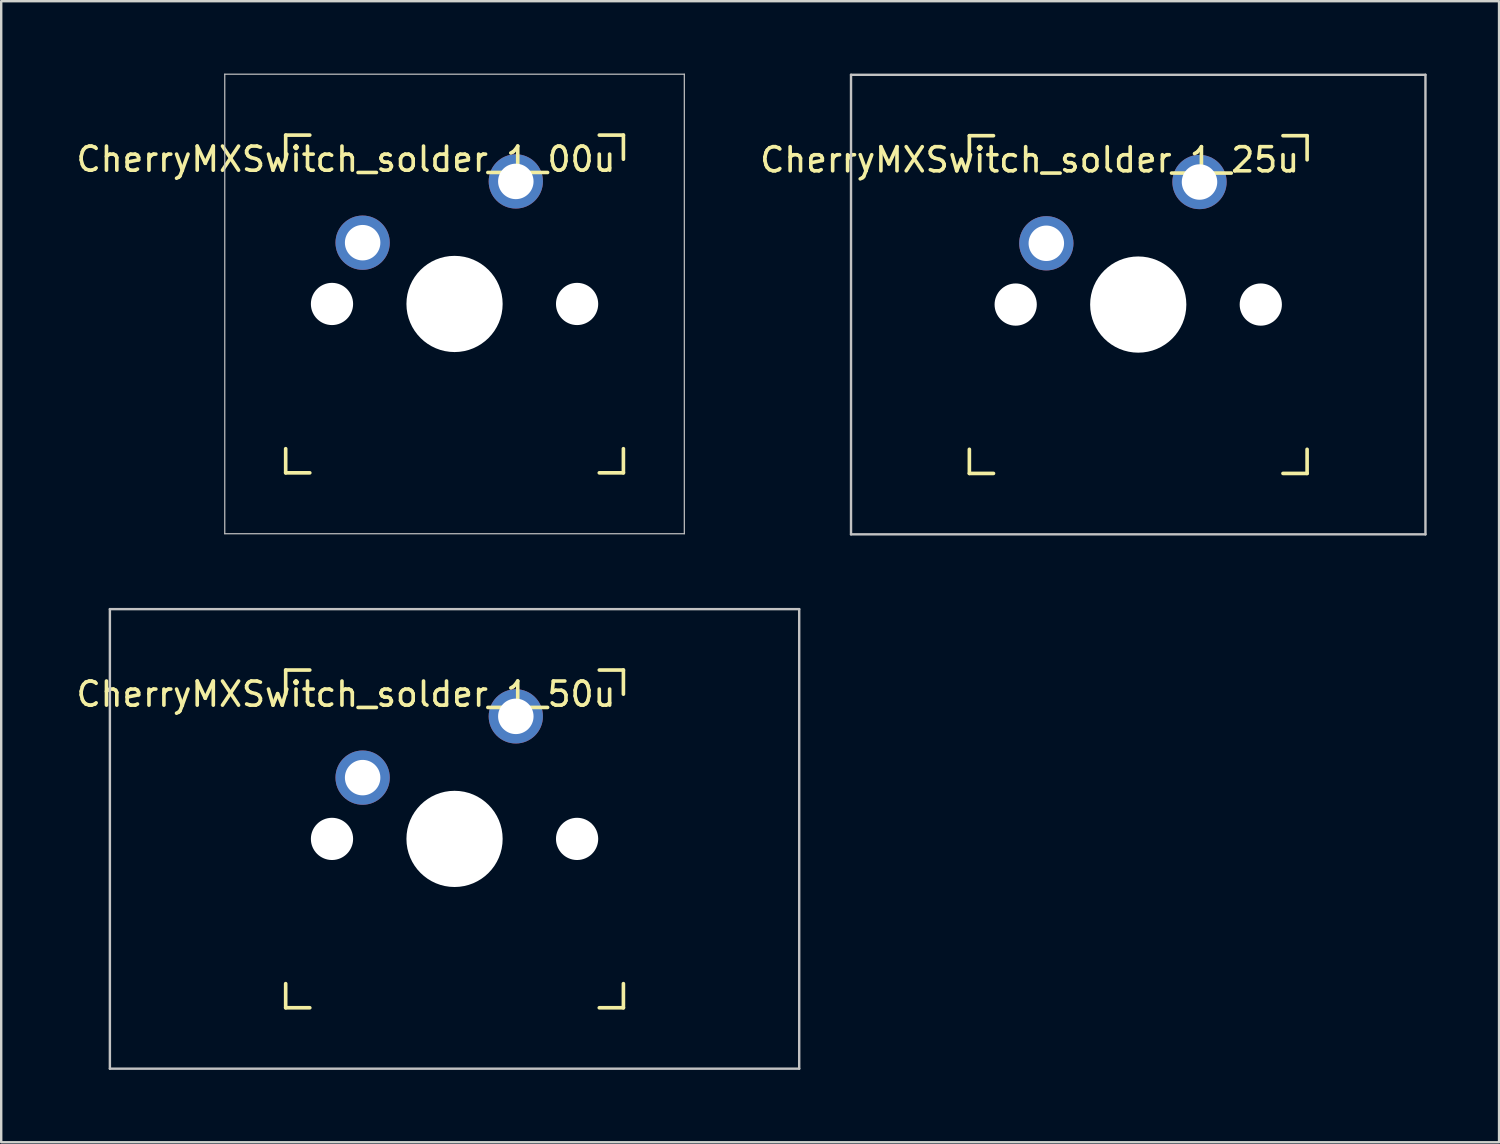
<source format=kicad_pcb>
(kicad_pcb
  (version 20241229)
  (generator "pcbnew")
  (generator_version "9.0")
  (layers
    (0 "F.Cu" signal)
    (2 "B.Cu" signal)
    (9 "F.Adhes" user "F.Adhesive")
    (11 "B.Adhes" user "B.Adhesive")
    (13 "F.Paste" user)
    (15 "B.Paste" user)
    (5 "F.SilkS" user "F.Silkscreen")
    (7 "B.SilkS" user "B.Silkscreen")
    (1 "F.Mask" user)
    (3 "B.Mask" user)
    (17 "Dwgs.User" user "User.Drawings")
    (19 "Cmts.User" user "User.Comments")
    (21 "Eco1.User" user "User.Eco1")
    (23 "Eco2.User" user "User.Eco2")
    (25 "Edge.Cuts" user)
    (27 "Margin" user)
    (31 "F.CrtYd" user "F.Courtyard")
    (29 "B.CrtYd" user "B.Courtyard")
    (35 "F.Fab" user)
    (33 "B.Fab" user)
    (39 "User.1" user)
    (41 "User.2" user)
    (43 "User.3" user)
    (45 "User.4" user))
  (footprint "CherryMXSwitch_solder_1_50u"
    (layer "F.Cu")
    (at 15.792 31.725)
    (property "Reference" "CherryMXSwitch_solder_1_50u" (at -4.5 -6 0) (unlocked yes) (layer "F.SilkS") (effects (font (size 1 1) (thickness 0.15))))
    (attr smd)
    (fp_line (start -7 -7) (end -6 -7) (stroke (width 0.15) (type solid)) (layer "F.SilkS"))
    (fp_line (start -7 -6) (end -7 -7) (stroke (width 0.15) (type solid)) (layer "F.SilkS"))
    (fp_line (start -7 6) (end -7 7) (stroke (width 0.15) (type solid)) (layer "F.SilkS"))
    (fp_line (start -7 7) (end -6 7) (stroke (width 0.15) (type solid)) (layer "F.SilkS"))
    (fp_line (start 6 7) (end 7 7) (stroke (width 0.15) (type solid)) (layer "F.SilkS"))
    (fp_line (start 7 -7) (end 6 -7) (stroke (width 0.15) (type solid)) (layer "F.SilkS"))
    (fp_line (start 7 -7) (end 7 -6) (stroke (width 0.15) (type solid)) (layer "F.SilkS"))
    (fp_line (start 7 7) (end 7 6) (stroke (width 0.15) (type solid)) (layer "F.SilkS"))
    (fp_line (start -14.287 -9.525) (end -14.287 9.525) (stroke (width 0.1) (type solid)) (layer "Dwgs.User"))
    (fp_line (start -14.287 9.525) (end 14.287 9.525) (stroke (width 0.1) (type solid)) (layer "Dwgs.User"))
    (fp_line (start 14.287 -9.525) (end -14.287 -9.525) (stroke (width 0.1) (type solid)) (layer "Dwgs.User"))
    (fp_line (start 14.287 9.525) (end 14.287 -9.525) (stroke (width 0.1) (type solid)) (layer "Dwgs.User"))
    (fp_line (start -7 -7) (end 7 -7) (stroke (width 0.1) (type solid)) (layer "Eco1.User"))
    (fp_line (start -7 7) (end -7 -7) (stroke (width 0.1) (type solid)) (layer "Eco1.User"))
    (fp_line (start 7 -7) (end 7 7) (stroke (width 0.1) (type solid)) (layer "Eco1.User"))
    (fp_line (start 7 7) (end -7 7) (stroke (width 0.1) (type solid)) (layer "Eco1.User"))
    (fp_rect (start 1.75 3.25) (end -1.75 6.35) (stroke (width 0.1) (type solid)) (fill no) (layer "Eco1.User"))
    (fp_line (start 0 0) (end 0 4.8) (stroke (width 0.05) (type solid)) (layer "Eco2.User"))
    (fp_line (start 0 0) (end 8.262 0) (stroke (width 0.05) (type solid)) (layer "Eco2.User"))
    (pad "" np_thru_hole circle (at -5.08 0 48.1) (size 1.75 1.75) (drill 1.75) (layers "*.Cu" "*.Mask"))
    (pad "" np_thru_hole circle (at 0 0) (size 3.988 3.988) (drill 3.988) (layers "*.Cu" "*.Mask"))
    (pad "" np_thru_hole circle (at 5.08 0 48.1) (size 1.75 1.75) (drill 1.75) (layers "*.Cu" "*.Mask"))
    (pad "1" thru_hole circle (at -3.81 -2.54) (size 2.25 2.25) (drill 1.47) (layers "*.Cu" "*.Mask"))
    (pad "2" thru_hole circle (at 2.54 -5.08) (size 2.25 2.25) (drill 1.47) (layers "*.Cu" "*.Mask")))
  (footprint "CherryMXSwitch_solder_1_00u"
    (layer "F.Cu")
    (at 15.792 9.55)
    (property "Reference" "CherryMXSwitch_solder_1_00u" (at -4.5 -6 0) (layer "F.SilkS") (effects (font (size 1 1) (thickness 0.15))))
    (attr through_hole)
    (fp_line (start -7 -7) (end -6 -7) (stroke (width 0.15) (type solid)) (layer "F.SilkS"))
    (fp_line (start -7 -6) (end -7 -7) (stroke (width 0.15) (type solid)) (layer "F.SilkS"))
    (fp_line (start -7 6) (end -7 7) (stroke (width 0.15) (type solid)) (layer "F.SilkS"))
    (fp_line (start -7 7) (end -6 7) (stroke (width 0.15) (type solid)) (layer "F.SilkS"))
    (fp_line (start 6 7) (end 7 7) (stroke (width 0.15) (type solid)) (layer "F.SilkS"))
    (fp_line (start 7 -7) (end 6 -7) (stroke (width 0.15) (type solid)) (layer "F.SilkS"))
    (fp_line (start 7 -7) (end 7 -6) (stroke (width 0.15) (type solid)) (layer "F.SilkS"))
    (fp_line (start 7 7) (end 7 6) (stroke (width 0.15) (type solid)) (layer "F.SilkS"))
    (fp_line (start -9.525 -9.525) (end 9.525 -9.525) (stroke (width 0.05) (type solid)) (layer "Dwgs.User"))
    (fp_line (start -9.525 9.525) (end -9.525 -9.525) (stroke (width 0.05) (type solid)) (layer "Dwgs.User"))
    (fp_line (start 9.525 -9.525) (end 9.525 9.525) (stroke (width 0.05) (type solid)) (layer "Dwgs.User"))
    (fp_line (start 9.525 9.525) (end -9.525 9.525) (stroke (width 0.05) (type solid)) (layer "Dwgs.User"))
    (fp_line (start -7 -7) (end 7 -7) (stroke (width 0.1) (type solid)) (layer "Eco1.User"))
    (fp_line (start -7 7) (end -7 -7) (stroke (width 0.1) (type solid)) (layer "Eco1.User"))
    (fp_line (start 7 -7) (end 7 7) (stroke (width 0.1) (type solid)) (layer "Eco1.User"))
    (fp_line (start 7 7) (end -7 7) (stroke (width 0.1) (type solid)) (layer "Eco1.User"))
    (fp_rect (start 1.75 3.25) (end -1.75 6.35) (stroke (width 0.1) (type solid)) (fill no) (layer "Eco1.User"))
    (fp_line (start 0 0) (end 0 4.8) (stroke (width 0.05) (type solid)) (layer "Eco2.User"))
    (fp_line (start 0 0) (end 8.262 0) (stroke (width 0.05) (type solid)) (layer "Eco2.User"))
    (pad "" np_thru_hole circle (at -5.08 0 48.1) (size 1.75 1.75) (drill 1.75) (layers "*.Cu" "*.Mask"))
    (pad "" np_thru_hole circle (at 0 0) (size 3.988 3.988) (drill 3.988) (layers "*.Cu" "*.Mask"))
    (pad "" np_thru_hole circle (at 5.08 0 48.1) (size 1.75 1.75) (drill 1.75) (layers "*.Cu" "*.Mask"))
    (pad "1" thru_hole circle (at -3.81 -2.54) (size 2.25 2.25) (drill 1.47) (layers "*.Cu" "*.Mask"))
    (pad "2" thru_hole circle (at 2.54 -5.08) (size 2.25 2.25) (drill 1.47) (layers "*.Cu" "*.Mask")))
  (footprint "CherryMXSwitch_solder_1_25u"
    (layer "F.Cu")
    (at 44.133 9.575)
    (property "Reference" "CherryMXSwitch_solder_1_25u" (at -4.5 -6 0) (unlocked yes) (layer "F.SilkS") (effects (font (size 1 1) (thickness 0.15))))
    (attr smd)
    (fp_line (start -7 -7) (end -6 -7) (stroke (width 0.15) (type solid)) (layer "F.SilkS"))
    (fp_line (start -7 -6) (end -7 -7) (stroke (width 0.15) (type solid)) (layer "F.SilkS"))
    (fp_line (start -7 6) (end -7 7) (stroke (width 0.15) (type solid)) (layer "F.SilkS"))
    (fp_line (start -7 7) (end -6 7) (stroke (width 0.15) (type solid)) (layer "F.SilkS"))
    (fp_line (start 6 7) (end 7 7) (stroke (width 0.15) (type solid)) (layer "F.SilkS"))
    (fp_line (start 7 -7) (end 6 -7) (stroke (width 0.15) (type solid)) (layer "F.SilkS"))
    (fp_line (start 7 -7) (end 7 -6) (stroke (width 0.15) (type solid)) (layer "F.SilkS"))
    (fp_line (start 7 7) (end 7 6) (stroke (width 0.15) (type solid)) (layer "F.SilkS"))
    (fp_line (start -11.906 -9.525) (end -11.906 9.525) (stroke (width 0.1) (type solid)) (layer "Dwgs.User"))
    (fp_line (start -11.906 9.525) (end 11.906 9.525) (stroke (width 0.1) (type solid)) (layer "Dwgs.User"))
    (fp_line (start 11.906 -9.525) (end -11.906 -9.525) (stroke (width 0.1) (type solid)) (layer "Dwgs.User"))
    (fp_line (start 11.906 9.525) (end 11.906 -9.525) (stroke (width 0.1) (type solid)) (layer "Dwgs.User"))
    (fp_line (start -7 -7) (end 7 -7) (stroke (width 0.1) (type solid)) (layer "Eco1.User"))
    (fp_line (start -7 7) (end -7 -7) (stroke (width 0.1) (type solid)) (layer "Eco1.User"))
    (fp_line (start 7 -7) (end 7 7) (stroke (width 0.1) (type solid)) (layer "Eco1.User"))
    (fp_line (start 7 7) (end -7 7) (stroke (width 0.1) (type solid)) (layer "Eco1.User"))
    (fp_rect (start 1.75 3.25) (end -1.75 6.35) (stroke (width 0.1) (type solid)) (fill no) (layer "Eco1.User"))
    (fp_line (start 0 0) (end 0 4.8) (stroke (width 0.05) (type solid)) (layer "Eco2.User"))
    (fp_line (start 0 0) (end 8.262 0) (stroke (width 0.05) (type solid)) (layer "Eco2.User"))
    (pad "" np_thru_hole circle (at -5.08 0 48.1) (size 1.75 1.75) (drill 1.75) (layers "*.Cu" "*.Mask"))
    (pad "" np_thru_hole circle (at 0 0) (size 3.988 3.988) (drill 3.988) (layers "*.Cu" "*.Mask"))
    (pad "" np_thru_hole circle (at 5.08 0 48.1) (size 1.75 1.75) (drill 1.75) (layers "*.Cu" "*.Mask"))
    (pad "1" thru_hole circle (at -3.81 -2.54) (size 2.25 2.25) (drill 1.47) (layers "*.Cu" "*.Mask"))
    (pad "2" thru_hole circle (at 2.54 -5.08) (size 2.25 2.25) (drill 1.47) (layers "*.Cu" "*.Mask")))
  (gr_rect
    (start -3 -3)
    (end 59.09 44.3)
    (stroke (width 0.1) (type default))
    (fill no)
    (layer "Edge.Cuts")))
</source>
